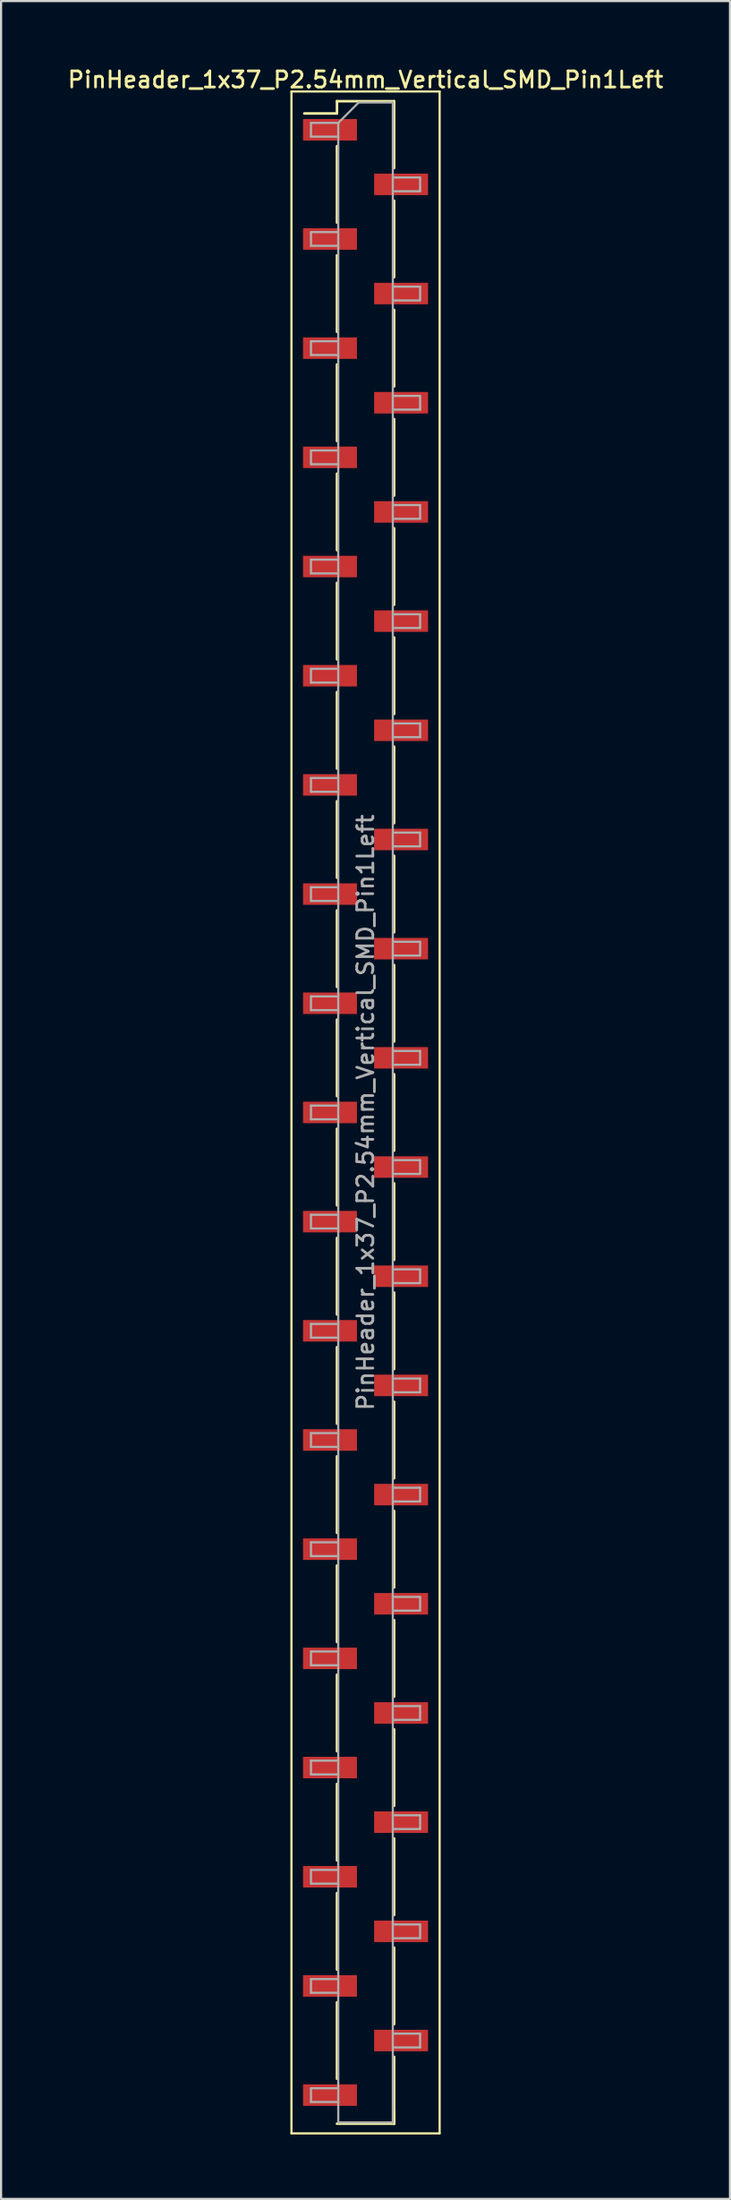
<source format=kicad_pcb>
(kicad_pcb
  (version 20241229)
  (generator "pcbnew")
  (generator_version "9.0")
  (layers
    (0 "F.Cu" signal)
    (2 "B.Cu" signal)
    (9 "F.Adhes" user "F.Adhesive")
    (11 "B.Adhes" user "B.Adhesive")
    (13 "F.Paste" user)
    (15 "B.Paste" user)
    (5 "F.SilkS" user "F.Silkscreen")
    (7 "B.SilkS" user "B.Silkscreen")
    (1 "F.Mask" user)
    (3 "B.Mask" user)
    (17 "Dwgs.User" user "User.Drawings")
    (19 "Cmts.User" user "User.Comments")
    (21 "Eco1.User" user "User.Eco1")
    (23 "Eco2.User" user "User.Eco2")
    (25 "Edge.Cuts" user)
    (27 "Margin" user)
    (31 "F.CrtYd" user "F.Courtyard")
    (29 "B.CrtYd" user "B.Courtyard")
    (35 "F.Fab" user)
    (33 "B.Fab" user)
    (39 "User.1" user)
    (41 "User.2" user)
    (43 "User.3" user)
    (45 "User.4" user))
  (footprint "PinHeader_1x37_P2.54mm_Vertical_SMD_Pin1Left"
    (layer "F.Cu")
    (at 13.97 48.708)
    (property "Reference" "PinHeader_1x37_P2.54mm_Vertical_SMD_Pin1Left" (at 0 -48.05 0) (layer "F.SilkS") (effects (font (size 0.75 0.75) (thickness 0.125))))
    (attr smd)
    (fp_line (start -3.45 -47.5) (end -3.45 47.5) (stroke (width 0.1) (type solid)) (layer "F.SilkS"))
    (fp_line (start -3.45 47.5) (end 3.45 47.5) (stroke (width 0.1) (type solid)) (layer "F.SilkS"))
    (fp_line (start -1.33 -47.05) (end -1.33 -46.48) (stroke (width 0.12) (type solid)) (layer "F.SilkS"))
    (fp_line (start -1.33 -47.05) (end 1.33 -47.05) (stroke (width 0.12) (type solid)) (layer "F.SilkS"))
    (fp_line (start -1.33 -46.48) (end -2.85 -46.48) (stroke (width 0.12) (type solid)) (layer "F.SilkS"))
    (fp_line (start -1.33 -44.96) (end -1.33 -41.4) (stroke (width 0.12) (type solid)) (layer "F.SilkS"))
    (fp_line (start -1.33 -39.88) (end -1.33 -36.32) (stroke (width 0.12) (type solid)) (layer "F.SilkS"))
    (fp_line (start -1.33 -34.8) (end -1.33 -31.24) (stroke (width 0.12) (type solid)) (layer "F.SilkS"))
    (fp_line (start -1.33 -29.72) (end -1.33 -26.16) (stroke (width 0.12) (type solid)) (layer "F.SilkS"))
    (fp_line (start -1.33 -24.64) (end -1.33 -21.08) (stroke (width 0.12) (type solid)) (layer "F.SilkS"))
    (fp_line (start -1.33 -19.56) (end -1.33 -16) (stroke (width 0.12) (type solid)) (layer "F.SilkS"))
    (fp_line (start -1.33 -14.48) (end -1.33 -10.92) (stroke (width 0.12) (type solid)) (layer "F.SilkS"))
    (fp_line (start -1.33 -9.4) (end -1.33 -5.84) (stroke (width 0.12) (type solid)) (layer "F.SilkS"))
    (fp_line (start -1.33 -4.32) (end -1.33 -0.76) (stroke (width 0.12) (type solid)) (layer "F.SilkS"))
    (fp_line (start -1.33 0.76) (end -1.33 4.32) (stroke (width 0.12) (type solid)) (layer "F.SilkS"))
    (fp_line (start -1.33 5.84) (end -1.33 9.4) (stroke (width 0.12) (type solid)) (layer "F.SilkS"))
    (fp_line (start -1.33 10.92) (end -1.33 14.48) (stroke (width 0.12) (type solid)) (layer "F.SilkS"))
    (fp_line (start -1.33 16) (end -1.33 19.56) (stroke (width 0.12) (type solid)) (layer "F.SilkS"))
    (fp_line (start -1.33 21.08) (end -1.33 24.64) (stroke (width 0.12) (type solid)) (layer "F.SilkS"))
    (fp_line (start -1.33 26.16) (end -1.33 29.72) (stroke (width 0.12) (type solid)) (layer "F.SilkS"))
    (fp_line (start -1.33 31.24) (end -1.33 34.8) (stroke (width 0.12) (type solid)) (layer "F.SilkS"))
    (fp_line (start -1.33 36.32) (end -1.33 39.88) (stroke (width 0.12) (type solid)) (layer "F.SilkS"))
    (fp_line (start -1.33 41.4) (end -1.33 44.96) (stroke (width 0.12) (type solid)) (layer "F.SilkS"))
    (fp_line (start -1.33 47.05) (end 1.33 47.05) (stroke (width 0.12) (type solid)) (layer "F.SilkS"))
    (fp_line (start 1.33 -47.05) (end 1.33 -43.94) (stroke (width 0.12) (type solid)) (layer "F.SilkS"))
    (fp_line (start 1.33 -42.42) (end 1.33 -38.86) (stroke (width 0.12) (type solid)) (layer "F.SilkS"))
    (fp_line (start 1.33 -37.34) (end 1.33 -33.78) (stroke (width 0.12) (type solid)) (layer "F.SilkS"))
    (fp_line (start 1.33 -32.26) (end 1.33 -28.7) (stroke (width 0.12) (type solid)) (layer "F.SilkS"))
    (fp_line (start 1.33 -27.18) (end 1.33 -23.62) (stroke (width 0.12) (type solid)) (layer "F.SilkS"))
    (fp_line (start 1.33 -22.1) (end 1.33 -18.54) (stroke (width 0.12) (type solid)) (layer "F.SilkS"))
    (fp_line (start 1.33 -17.02) (end 1.33 -13.46) (stroke (width 0.12) (type solid)) (layer "F.SilkS"))
    (fp_line (start 1.33 -11.94) (end 1.33 -8.38) (stroke (width 0.12) (type solid)) (layer "F.SilkS"))
    (fp_line (start 1.33 -6.86) (end 1.33 -3.3) (stroke (width 0.12) (type solid)) (layer "F.SilkS"))
    (fp_line (start 1.33 -1.78) (end 1.33 1.78) (stroke (width 0.12) (type solid)) (layer "F.SilkS"))
    (fp_line (start 1.33 3.3) (end 1.33 6.86) (stroke (width 0.12) (type solid)) (layer "F.SilkS"))
    (fp_line (start 1.33 8.38) (end 1.33 11.94) (stroke (width 0.12) (type solid)) (layer "F.SilkS"))
    (fp_line (start 1.33 13.46) (end 1.33 17.02) (stroke (width 0.12) (type solid)) (layer "F.SilkS"))
    (fp_line (start 1.33 18.54) (end 1.33 22.1) (stroke (width 0.12) (type solid)) (layer "F.SilkS"))
    (fp_line (start 1.33 23.62) (end 1.33 27.18) (stroke (width 0.12) (type solid)) (layer "F.SilkS"))
    (fp_line (start 1.33 28.7) (end 1.33 32.26) (stroke (width 0.12) (type solid)) (layer "F.SilkS"))
    (fp_line (start 1.33 33.78) (end 1.33 37.34) (stroke (width 0.12) (type solid)) (layer "F.SilkS"))
    (fp_line (start 1.33 38.86) (end 1.33 42.42) (stroke (width 0.12) (type solid)) (layer "F.SilkS"))
    (fp_line (start 1.33 43.94) (end 1.33 47.05) (stroke (width 0.12) (type solid)) (layer "F.SilkS"))
    (fp_line (start 1.33 46.48) (end 1.33 47.05) (stroke (width 0.12) (type solid)) (layer "F.SilkS"))
    (fp_line (start 3.45 -47.5) (end -3.45 -47.5) (stroke (width 0.1) (type solid)) (layer "F.SilkS"))
    (fp_line (start 3.45 47.5) (end 3.45 -47.5) (stroke (width 0.1) (type solid)) (layer "F.SilkS"))
    (fp_line (start -2.54 -46.04) (end -2.54 -45.4) (stroke (width 0.1) (type solid)) (layer "F.Fab"))
    (fp_line (start -2.54 -45.4) (end -1.27 -45.4) (stroke (width 0.1) (type solid)) (layer "F.Fab"))
    (fp_line (start -2.54 -40.96) (end -2.54 -40.32) (stroke (width 0.1) (type solid)) (layer "F.Fab"))
    (fp_line (start -2.54 -40.32) (end -1.27 -40.32) (stroke (width 0.1) (type solid)) (layer "F.Fab"))
    (fp_line (start -2.54 -35.88) (end -2.54 -35.24) (stroke (width 0.1) (type solid)) (layer "F.Fab"))
    (fp_line (start -2.54 -35.24) (end -1.27 -35.24) (stroke (width 0.1) (type solid)) (layer "F.Fab"))
    (fp_line (start -2.54 -30.8) (end -2.54 -30.16) (stroke (width 0.1) (type solid)) (layer "F.Fab"))
    (fp_line (start -2.54 -30.16) (end -1.27 -30.16) (stroke (width 0.1) (type solid)) (layer "F.Fab"))
    (fp_line (start -2.54 -25.72) (end -2.54 -25.08) (stroke (width 0.1) (type solid)) (layer "F.Fab"))
    (fp_line (start -2.54 -25.08) (end -1.27 -25.08) (stroke (width 0.1) (type solid)) (layer "F.Fab"))
    (fp_line (start -2.54 -20.64) (end -2.54 -20) (stroke (width 0.1) (type solid)) (layer "F.Fab"))
    (fp_line (start -2.54 -20) (end -1.27 -20) (stroke (width 0.1) (type solid)) (layer "F.Fab"))
    (fp_line (start -2.54 -15.56) (end -2.54 -14.92) (stroke (width 0.1) (type solid)) (layer "F.Fab"))
    (fp_line (start -2.54 -14.92) (end -1.27 -14.92) (stroke (width 0.1) (type solid)) (layer "F.Fab"))
    (fp_line (start -2.54 -10.48) (end -2.54 -9.84) (stroke (width 0.1) (type solid)) (layer "F.Fab"))
    (fp_line (start -2.54 -9.84) (end -1.27 -9.84) (stroke (width 0.1) (type solid)) (layer "F.Fab"))
    (fp_line (start -2.54 -5.4) (end -2.54 -4.76) (stroke (width 0.1) (type solid)) (layer "F.Fab"))
    (fp_line (start -2.54 -4.76) (end -1.27 -4.76) (stroke (width 0.1) (type solid)) (layer "F.Fab"))
    (fp_line (start -2.54 -0.32) (end -2.54 0.32) (stroke (width 0.1) (type solid)) (layer "F.Fab"))
    (fp_line (start -2.54 0.32) (end -1.27 0.32) (stroke (width 0.1) (type solid)) (layer "F.Fab"))
    (fp_line (start -2.54 4.76) (end -2.54 5.4) (stroke (width 0.1) (type solid)) (layer "F.Fab"))
    (fp_line (start -2.54 5.4) (end -1.27 5.4) (stroke (width 0.1) (type solid)) (layer "F.Fab"))
    (fp_line (start -2.54 9.84) (end -2.54 10.48) (stroke (width 0.1) (type solid)) (layer "F.Fab"))
    (fp_line (start -2.54 10.48) (end -1.27 10.48) (stroke (width 0.1) (type solid)) (layer "F.Fab"))
    (fp_line (start -2.54 14.92) (end -2.54 15.56) (stroke (width 0.1) (type solid)) (layer "F.Fab"))
    (fp_line (start -2.54 15.56) (end -1.27 15.56) (stroke (width 0.1) (type solid)) (layer "F.Fab"))
    (fp_line (start -2.54 20) (end -2.54 20.64) (stroke (width 0.1) (type solid)) (layer "F.Fab"))
    (fp_line (start -2.54 20.64) (end -1.27 20.64) (stroke (width 0.1) (type solid)) (layer "F.Fab"))
    (fp_line (start -2.54 25.08) (end -2.54 25.72) (stroke (width 0.1) (type solid)) (layer "F.Fab"))
    (fp_line (start -2.54 25.72) (end -1.27 25.72) (stroke (width 0.1) (type solid)) (layer "F.Fab"))
    (fp_line (start -2.54 30.16) (end -2.54 30.8) (stroke (width 0.1) (type solid)) (layer "F.Fab"))
    (fp_line (start -2.54 30.8) (end -1.27 30.8) (stroke (width 0.1) (type solid)) (layer "F.Fab"))
    (fp_line (start -2.54 35.24) (end -2.54 35.88) (stroke (width 0.1) (type solid)) (layer "F.Fab"))
    (fp_line (start -2.54 35.88) (end -1.27 35.88) (stroke (width 0.1) (type solid)) (layer "F.Fab"))
    (fp_line (start -2.54 40.32) (end -2.54 40.96) (stroke (width 0.1) (type solid)) (layer "F.Fab"))
    (fp_line (start -2.54 40.96) (end -1.27 40.96) (stroke (width 0.1) (type solid)) (layer "F.Fab"))
    (fp_line (start -2.54 45.4) (end -2.54 46.04) (stroke (width 0.1) (type solid)) (layer "F.Fab"))
    (fp_line (start -2.54 46.04) (end -1.27 46.04) (stroke (width 0.1) (type solid)) (layer "F.Fab"))
    (fp_line (start -1.27 -46.04) (end -2.54 -46.04) (stroke (width 0.1) (type solid)) (layer "F.Fab"))
    (fp_line (start -1.27 -46.04) (end -0.32 -46.99) (stroke (width 0.1) (type solid)) (layer "F.Fab"))
    (fp_line (start -1.27 -40.96) (end -2.54 -40.96) (stroke (width 0.1) (type solid)) (layer "F.Fab"))
    (fp_line (start -1.27 -35.88) (end -2.54 -35.88) (stroke (width 0.1) (type solid)) (layer "F.Fab"))
    (fp_line (start -1.27 -30.8) (end -2.54 -30.8) (stroke (width 0.1) (type solid)) (layer "F.Fab"))
    (fp_line (start -1.27 -25.72) (end -2.54 -25.72) (stroke (width 0.1) (type solid)) (layer "F.Fab"))
    (fp_line (start -1.27 -20.64) (end -2.54 -20.64) (stroke (width 0.1) (type solid)) (layer "F.Fab"))
    (fp_line (start -1.27 -15.56) (end -2.54 -15.56) (stroke (width 0.1) (type solid)) (layer "F.Fab"))
    (fp_line (start -1.27 -10.48) (end -2.54 -10.48) (stroke (width 0.1) (type solid)) (layer "F.Fab"))
    (fp_line (start -1.27 -5.4) (end -2.54 -5.4) (stroke (width 0.1) (type solid)) (layer "F.Fab"))
    (fp_line (start -1.27 -0.32) (end -2.54 -0.32) (stroke (width 0.1) (type solid)) (layer "F.Fab"))
    (fp_line (start -1.27 4.76) (end -2.54 4.76) (stroke (width 0.1) (type solid)) (layer "F.Fab"))
    (fp_line (start -1.27 9.84) (end -2.54 9.84) (stroke (width 0.1) (type solid)) (layer "F.Fab"))
    (fp_line (start -1.27 14.92) (end -2.54 14.92) (stroke (width 0.1) (type solid)) (layer "F.Fab"))
    (fp_line (start -1.27 20) (end -2.54 20) (stroke (width 0.1) (type solid)) (layer "F.Fab"))
    (fp_line (start -1.27 25.08) (end -2.54 25.08) (stroke (width 0.1) (type solid)) (layer "F.Fab"))
    (fp_line (start -1.27 30.16) (end -2.54 30.16) (stroke (width 0.1) (type solid)) (layer "F.Fab"))
    (fp_line (start -1.27 35.24) (end -2.54 35.24) (stroke (width 0.1) (type solid)) (layer "F.Fab"))
    (fp_line (start -1.27 40.32) (end -2.54 40.32) (stroke (width 0.1) (type solid)) (layer "F.Fab"))
    (fp_line (start -1.27 45.4) (end -2.54 45.4) (stroke (width 0.1) (type solid)) (layer "F.Fab"))
    (fp_line (start -1.27 46.99) (end -1.27 -46.04) (stroke (width 0.1) (type solid)) (layer "F.Fab"))
    (fp_line (start -0.32 -46.99) (end 1.27 -46.99) (stroke (width 0.1) (type solid)) (layer "F.Fab"))
    (fp_line (start 1.27 -46.99) (end 1.27 46.99) (stroke (width 0.1) (type solid)) (layer "F.Fab"))
    (fp_line (start 1.27 -43.5) (end 2.54 -43.5) (stroke (width 0.1) (type solid)) (layer "F.Fab"))
    (fp_line (start 1.27 -38.42) (end 2.54 -38.42) (stroke (width 0.1) (type solid)) (layer "F.Fab"))
    (fp_line (start 1.27 -33.34) (end 2.54 -33.34) (stroke (width 0.1) (type solid)) (layer "F.Fab"))
    (fp_line (start 1.27 -28.26) (end 2.54 -28.26) (stroke (width 0.1) (type solid)) (layer "F.Fab"))
    (fp_line (start 1.27 -23.18) (end 2.54 -23.18) (stroke (width 0.1) (type solid)) (layer "F.Fab"))
    (fp_line (start 1.27 -18.1) (end 2.54 -18.1) (stroke (width 0.1) (type solid)) (layer "F.Fab"))
    (fp_line (start 1.27 -13.02) (end 2.54 -13.02) (stroke (width 0.1) (type solid)) (layer "F.Fab"))
    (fp_line (start 1.27 -7.94) (end 2.54 -7.94) (stroke (width 0.1) (type solid)) (layer "F.Fab"))
    (fp_line (start 1.27 -2.86) (end 2.54 -2.86) (stroke (width 0.1) (type solid)) (layer "F.Fab"))
    (fp_line (start 1.27 2.22) (end 2.54 2.22) (stroke (width 0.1) (type solid)) (layer "F.Fab"))
    (fp_line (start 1.27 7.3) (end 2.54 7.3) (stroke (width 0.1) (type solid)) (layer "F.Fab"))
    (fp_line (start 1.27 12.38) (end 2.54 12.38) (stroke (width 0.1) (type solid)) (layer "F.Fab"))
    (fp_line (start 1.27 17.46) (end 2.54 17.46) (stroke (width 0.1) (type solid)) (layer "F.Fab"))
    (fp_line (start 1.27 22.54) (end 2.54 22.54) (stroke (width 0.1) (type solid)) (layer "F.Fab"))
    (fp_line (start 1.27 27.62) (end 2.54 27.62) (stroke (width 0.1) (type solid)) (layer "F.Fab"))
    (fp_line (start 1.27 32.7) (end 2.54 32.7) (stroke (width 0.1) (type solid)) (layer "F.Fab"))
    (fp_line (start 1.27 37.78) (end 2.54 37.78) (stroke (width 0.1) (type solid)) (layer "F.Fab"))
    (fp_line (start 1.27 42.86) (end 2.54 42.86) (stroke (width 0.1) (type solid)) (layer "F.Fab"))
    (fp_line (start 1.27 46.99) (end -1.27 46.99) (stroke (width 0.1) (type solid)) (layer "F.Fab"))
    (fp_line (start 2.54 -43.5) (end 2.54 -42.86) (stroke (width 0.1) (type solid)) (layer "F.Fab"))
    (fp_line (start 2.54 -42.86) (end 1.27 -42.86) (stroke (width 0.1) (type solid)) (layer "F.Fab"))
    (fp_line (start 2.54 -38.42) (end 2.54 -37.78) (stroke (width 0.1) (type solid)) (layer "F.Fab"))
    (fp_line (start 2.54 -37.78) (end 1.27 -37.78) (stroke (width 0.1) (type solid)) (layer "F.Fab"))
    (fp_line (start 2.54 -33.34) (end 2.54 -32.7) (stroke (width 0.1) (type solid)) (layer "F.Fab"))
    (fp_line (start 2.54 -32.7) (end 1.27 -32.7) (stroke (width 0.1) (type solid)) (layer "F.Fab"))
    (fp_line (start 2.54 -28.26) (end 2.54 -27.62) (stroke (width 0.1) (type solid)) (layer "F.Fab"))
    (fp_line (start 2.54 -27.62) (end 1.27 -27.62) (stroke (width 0.1) (type solid)) (layer "F.Fab"))
    (fp_line (start 2.54 -23.18) (end 2.54 -22.54) (stroke (width 0.1) (type solid)) (layer "F.Fab"))
    (fp_line (start 2.54 -22.54) (end 1.27 -22.54) (stroke (width 0.1) (type solid)) (layer "F.Fab"))
    (fp_line (start 2.54 -18.1) (end 2.54 -17.46) (stroke (width 0.1) (type solid)) (layer "F.Fab"))
    (fp_line (start 2.54 -17.46) (end 1.27 -17.46) (stroke (width 0.1) (type solid)) (layer "F.Fab"))
    (fp_line (start 2.54 -13.02) (end 2.54 -12.38) (stroke (width 0.1) (type solid)) (layer "F.Fab"))
    (fp_line (start 2.54 -12.38) (end 1.27 -12.38) (stroke (width 0.1) (type solid)) (layer "F.Fab"))
    (fp_line (start 2.54 -7.94) (end 2.54 -7.3) (stroke (width 0.1) (type solid)) (layer "F.Fab"))
    (fp_line (start 2.54 -7.3) (end 1.27 -7.3) (stroke (width 0.1) (type solid)) (layer "F.Fab"))
    (fp_line (start 2.54 -2.86) (end 2.54 -2.22) (stroke (width 0.1) (type solid)) (layer "F.Fab"))
    (fp_line (start 2.54 -2.22) (end 1.27 -2.22) (stroke (width 0.1) (type solid)) (layer "F.Fab"))
    (fp_line (start 2.54 2.22) (end 2.54 2.86) (stroke (width 0.1) (type solid)) (layer "F.Fab"))
    (fp_line (start 2.54 2.86) (end 1.27 2.86) (stroke (width 0.1) (type solid)) (layer "F.Fab"))
    (fp_line (start 2.54 7.3) (end 2.54 7.94) (stroke (width 0.1) (type solid)) (layer "F.Fab"))
    (fp_line (start 2.54 7.94) (end 1.27 7.94) (stroke (width 0.1) (type solid)) (layer "F.Fab"))
    (fp_line (start 2.54 12.38) (end 2.54 13.02) (stroke (width 0.1) (type solid)) (layer "F.Fab"))
    (fp_line (start 2.54 13.02) (end 1.27 13.02) (stroke (width 0.1) (type solid)) (layer "F.Fab"))
    (fp_line (start 2.54 17.46) (end 2.54 18.1) (stroke (width 0.1) (type solid)) (layer "F.Fab"))
    (fp_line (start 2.54 18.1) (end 1.27 18.1) (stroke (width 0.1) (type solid)) (layer "F.Fab"))
    (fp_line (start 2.54 22.54) (end 2.54 23.18) (stroke (width 0.1) (type solid)) (layer "F.Fab"))
    (fp_line (start 2.54 23.18) (end 1.27 23.18) (stroke (width 0.1) (type solid)) (layer "F.Fab"))
    (fp_line (start 2.54 27.62) (end 2.54 28.26) (stroke (width 0.1) (type solid)) (layer "F.Fab"))
    (fp_line (start 2.54 28.26) (end 1.27 28.26) (stroke (width 0.1) (type solid)) (layer "F.Fab"))
    (fp_line (start 2.54 32.7) (end 2.54 33.34) (stroke (width 0.1) (type solid)) (layer "F.Fab"))
    (fp_line (start 2.54 33.34) (end 1.27 33.34) (stroke (width 0.1) (type solid)) (layer "F.Fab"))
    (fp_line (start 2.54 37.78) (end 2.54 38.42) (stroke (width 0.1) (type solid)) (layer "F.Fab"))
    (fp_line (start 2.54 38.42) (end 1.27 38.42) (stroke (width 0.1) (type solid)) (layer "F.Fab"))
    (fp_line (start 2.54 42.86) (end 2.54 43.5) (stroke (width 0.1) (type solid)) (layer "F.Fab"))
    (fp_line (start 2.54 43.5) (end 1.27 43.5) (stroke (width 0.1) (type solid)) (layer "F.Fab"))
    (fp_text user "${REFERENCE}" (at 0 0 90) (layer "F.Fab") (effects (font (size 0.75 0.75) (thickness 0.125))))
    (pad "1" smd rect (at -1.655 -45.72) (size 2.51 1) (layers "F.Cu" "F.Mask" "F.Paste"))
    (pad "2" smd rect (at 1.655 -43.18) (size 2.51 1) (layers "F.Cu" "F.Mask" "F.Paste"))
    (pad "3" smd rect (at -1.655 -40.64) (size 2.51 1) (layers "F.Cu" "F.Mask" "F.Paste"))
    (pad "4" smd rect (at 1.655 -38.1) (size 2.51 1) (layers "F.Cu" "F.Mask" "F.Paste"))
    (pad "5" smd rect (at -1.655 -35.56) (size 2.51 1) (layers "F.Cu" "F.Mask" "F.Paste"))
    (pad "6" smd rect (at 1.655 -33.02) (size 2.51 1) (layers "F.Cu" "F.Mask" "F.Paste"))
    (pad "7" smd rect (at -1.655 -30.48) (size 2.51 1) (layers "F.Cu" "F.Mask" "F.Paste"))
    (pad "8" smd rect (at 1.655 -27.94) (size 2.51 1) (layers "F.Cu" "F.Mask" "F.Paste"))
    (pad "9" smd rect (at -1.655 -25.4) (size 2.51 1) (layers "F.Cu" "F.Mask" "F.Paste"))
    (pad "10" smd rect (at 1.655 -22.86) (size 2.51 1) (layers "F.Cu" "F.Mask" "F.Paste"))
    (pad "11" smd rect (at -1.655 -20.32) (size 2.51 1) (layers "F.Cu" "F.Mask" "F.Paste"))
    (pad "12" smd rect (at 1.655 -17.78) (size 2.51 1) (layers "F.Cu" "F.Mask" "F.Paste"))
    (pad "13" smd rect (at -1.655 -15.24) (size 2.51 1) (layers "F.Cu" "F.Mask" "F.Paste"))
    (pad "14" smd rect (at 1.655 -12.7) (size 2.51 1) (layers "F.Cu" "F.Mask" "F.Paste"))
    (pad "15" smd rect (at -1.655 -10.16) (size 2.51 1) (layers "F.Cu" "F.Mask" "F.Paste"))
    (pad "16" smd rect (at 1.655 -7.62) (size 2.51 1) (layers "F.Cu" "F.Mask" "F.Paste"))
    (pad "17" smd rect (at -1.655 -5.08) (size 2.51 1) (layers "F.Cu" "F.Mask" "F.Paste"))
    (pad "18" smd rect (at 1.655 -2.54) (size 2.51 1) (layers "F.Cu" "F.Mask" "F.Paste"))
    (pad "19" smd rect (at -1.655 0) (size 2.51 1) (layers "F.Cu" "F.Mask" "F.Paste"))
    (pad "20" smd rect (at 1.655 2.54) (size 2.51 1) (layers "F.Cu" "F.Mask" "F.Paste"))
    (pad "21" smd rect (at -1.655 5.08) (size 2.51 1) (layers "F.Cu" "F.Mask" "F.Paste"))
    (pad "22" smd rect (at 1.655 7.62) (size 2.51 1) (layers "F.Cu" "F.Mask" "F.Paste"))
    (pad "23" smd rect (at -1.655 10.16) (size 2.51 1) (layers "F.Cu" "F.Mask" "F.Paste"))
    (pad "24" smd rect (at 1.655 12.7) (size 2.51 1) (layers "F.Cu" "F.Mask" "F.Paste"))
    (pad "25" smd rect (at -1.655 15.24) (size 2.51 1) (layers "F.Cu" "F.Mask" "F.Paste"))
    (pad "26" smd rect (at 1.655 17.78) (size 2.51 1) (layers "F.Cu" "F.Mask" "F.Paste"))
    (pad "27" smd rect (at -1.655 20.32) (size 2.51 1) (layers "F.Cu" "F.Mask" "F.Paste"))
    (pad "28" smd rect (at 1.655 22.86) (size 2.51 1) (layers "F.Cu" "F.Mask" "F.Paste"))
    (pad "29" smd rect (at -1.655 25.4) (size 2.51 1) (layers "F.Cu" "F.Mask" "F.Paste"))
    (pad "30" smd rect (at 1.655 27.94) (size 2.51 1) (layers "F.Cu" "F.Mask" "F.Paste"))
    (pad "31" smd rect (at -1.655 30.48) (size 2.51 1) (layers "F.Cu" "F.Mask" "F.Paste"))
    (pad "32" smd rect (at 1.655 33.02) (size 2.51 1) (layers "F.Cu" "F.Mask" "F.Paste"))
    (pad "33" smd rect (at -1.655 35.56) (size 2.51 1) (layers "F.Cu" "F.Mask" "F.Paste"))
    (pad "34" smd rect (at 1.655 38.1) (size 2.51 1) (layers "F.Cu" "F.Mask" "F.Paste"))
    (pad "35" smd rect (at -1.655 40.64) (size 2.51 1) (layers "F.Cu" "F.Mask" "F.Paste"))
    (pad "36" smd rect (at 1.655 43.18) (size 2.51 1) (layers "F.Cu" "F.Mask" "F.Paste"))
    (pad "37" smd rect (at -1.655 45.72) (size 2.51 1) (layers "F.Cu" "F.Mask" "F.Paste")))
  (gr_rect
    (start -3 -3)
    (end 30.939 99.258)
    (stroke (width 0.1) (type default))
    (fill no)
    (layer "Edge.Cuts")))
</source>
